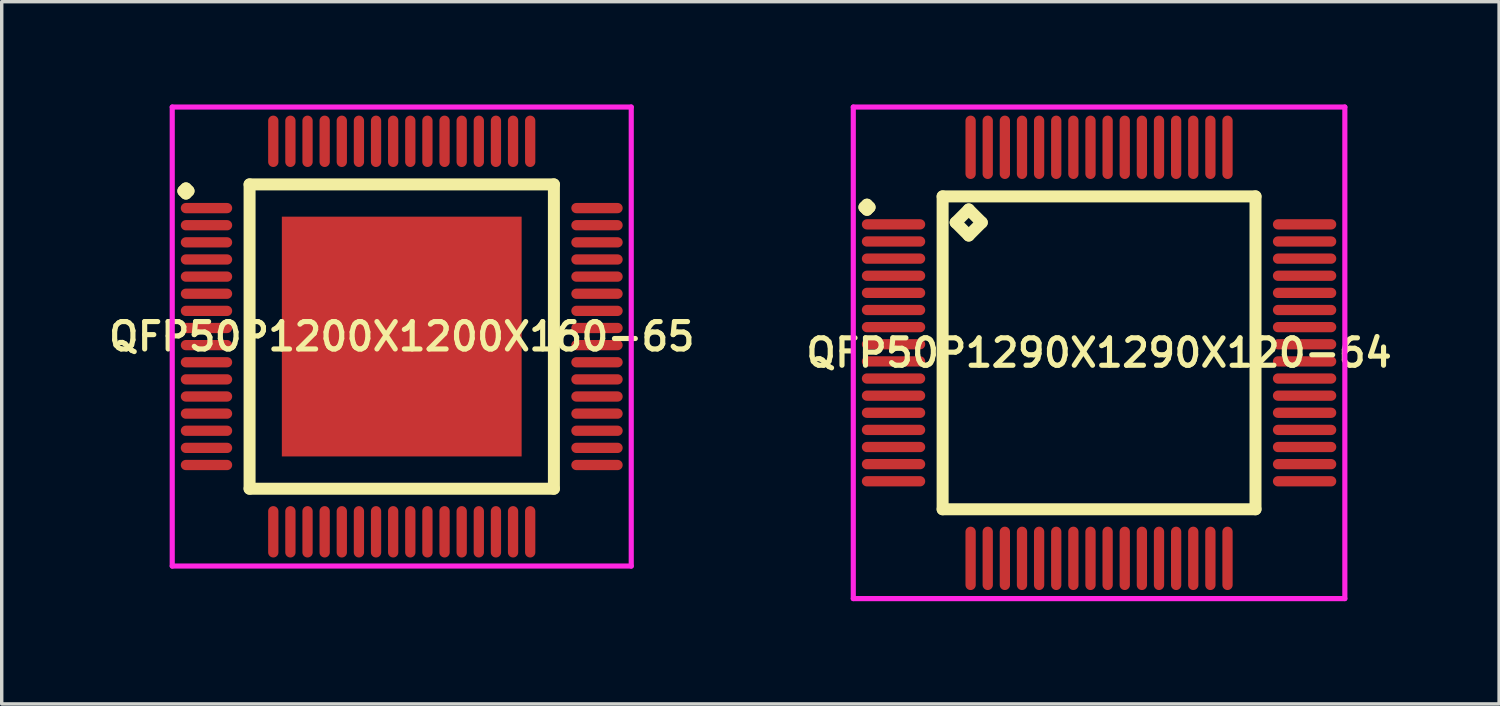
<source format=kicad_pcb>
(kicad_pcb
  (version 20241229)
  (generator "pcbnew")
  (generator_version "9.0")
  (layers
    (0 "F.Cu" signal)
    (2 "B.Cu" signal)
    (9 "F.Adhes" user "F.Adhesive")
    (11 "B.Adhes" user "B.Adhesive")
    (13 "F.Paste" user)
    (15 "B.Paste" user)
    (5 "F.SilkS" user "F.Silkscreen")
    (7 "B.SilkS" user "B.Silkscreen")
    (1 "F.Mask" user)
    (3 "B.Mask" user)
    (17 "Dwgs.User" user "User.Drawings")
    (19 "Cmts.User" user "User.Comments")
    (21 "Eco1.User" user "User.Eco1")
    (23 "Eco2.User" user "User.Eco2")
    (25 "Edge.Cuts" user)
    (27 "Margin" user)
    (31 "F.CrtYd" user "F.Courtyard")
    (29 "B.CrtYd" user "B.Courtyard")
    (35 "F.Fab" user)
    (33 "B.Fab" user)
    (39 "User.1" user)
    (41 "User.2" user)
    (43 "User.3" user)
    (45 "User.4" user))
  (footprint "QFP50P1200X1200X160-65"
    (layer "F.Cu")
    (at 8.678 6.775)
    (property "Reference" "QFP50P1200X1200X160-65" (at 0 0 0) (layer "F.SilkS") (effects (font (size 0.8 0.8) (thickness 0.15))))
    (attr smd)
    (fp_line (start -6.375 -4.25) (end -6.3 -4.325) (stroke (width 0.35) (type solid)) (layer "F.SilkS"))
    (fp_line (start -6.3 -4.325) (end -6.225 -4.25) (stroke (width 0.35) (type solid)) (layer "F.SilkS"))
    (fp_line (start -6.3 -4.175) (end -6.375 -4.25) (stroke (width 0.35) (type solid)) (layer "F.SilkS"))
    (fp_line (start -6.225 -4.25) (end -6.3 -4.175) (stroke (width 0.35) (type solid)) (layer "F.SilkS"))
    (fp_line (start -4.442 -4.442) (end -4.442 4.442) (stroke (width 0.35) (type solid)) (layer "F.SilkS"))
    (fp_line (start -4.442 4.442) (end 4.442 4.442) (stroke (width 0.35) (type solid)) (layer "F.SilkS"))
    (fp_line (start 4.442 -4.442) (end -4.442 -4.442) (stroke (width 0.35) (type solid)) (layer "F.SilkS"))
    (fp_line (start 4.442 4.442) (end 4.442 -4.442) (stroke (width 0.35) (type solid)) (layer "F.SilkS"))
    (fp_line (start -6.7 -6.7) (end 6.7 -6.7) (stroke (width 0.15) (type solid)) (layer "F.CrtYd"))
    (fp_line (start -6.7 6.7) (end -6.7 -6.7) (stroke (width 0.15) (type solid)) (layer "F.CrtYd"))
    (fp_line (start 6.7 -6.7) (end 6.7 6.7) (stroke (width 0.15) (type solid)) (layer "F.CrtYd"))
    (fp_line (start 6.7 6.7) (end -6.7 6.7) (stroke (width 0.15) (type solid)) (layer "F.CrtYd"))
    (pad "1" smd oval (at -5.7 -3.75) (size 1.5 0.3) (layers "F.Cu" "F.Mask" "F.Paste"))
    (pad "2" smd oval (at -5.7 -3.25) (size 1.5 0.3) (layers "F.Cu" "F.Mask" "F.Paste"))
    (pad "3" smd oval (at -5.7 -2.75) (size 1.5 0.3) (layers "F.Cu" "F.Mask" "F.Paste"))
    (pad "4" smd oval (at -5.7 -2.25) (size 1.5 0.3) (layers "F.Cu" "F.Mask" "F.Paste"))
    (pad "5" smd oval (at -5.7 -1.75) (size 1.5 0.3) (layers "F.Cu" "F.Mask" "F.Paste"))
    (pad "6" smd oval (at -5.7 -1.25) (size 1.5 0.3) (layers "F.Cu" "F.Mask" "F.Paste"))
    (pad "7" smd oval (at -5.7 -0.75) (size 1.5 0.3) (layers "F.Cu" "F.Mask" "F.Paste"))
    (pad "8" smd oval (at -5.7 -0.25) (size 1.5 0.3) (layers "F.Cu" "F.Mask" "F.Paste"))
    (pad "9" smd oval (at -5.7 0.25) (size 1.5 0.3) (layers "F.Cu" "F.Mask" "F.Paste"))
    (pad "10" smd oval (at -5.7 0.75) (size 1.5 0.3) (layers "F.Cu" "F.Mask" "F.Paste"))
    (pad "11" smd oval (at -5.7 1.25) (size 1.5 0.3) (layers "F.Cu" "F.Mask" "F.Paste"))
    (pad "12" smd oval (at -5.7 1.75) (size 1.5 0.3) (layers "F.Cu" "F.Mask" "F.Paste"))
    (pad "13" smd oval (at -5.7 2.25) (size 1.5 0.3) (layers "F.Cu" "F.Mask" "F.Paste"))
    (pad "14" smd oval (at -5.7 2.75) (size 1.5 0.3) (layers "F.Cu" "F.Mask" "F.Paste"))
    (pad "15" smd oval (at -5.7 3.25) (size 1.5 0.3) (layers "F.Cu" "F.Mask" "F.Paste"))
    (pad "16" smd oval (at -5.7 3.75) (size 1.5 0.3) (layers "F.Cu" "F.Mask" "F.Paste"))
    (pad "17" smd oval (at -3.75 5.7) (size 0.3 1.5) (layers "F.Cu" "F.Mask" "F.Paste"))
    (pad "18" smd oval (at -3.25 5.7) (size 0.3 1.5) (layers "F.Cu" "F.Mask" "F.Paste"))
    (pad "19" smd oval (at -2.75 5.7) (size 0.3 1.5) (layers "F.Cu" "F.Mask" "F.Paste"))
    (pad "20" smd oval (at -2.25 5.7) (size 0.3 1.5) (layers "F.Cu" "F.Mask" "F.Paste"))
    (pad "21" smd oval (at -1.75 5.7) (size 0.3 1.5) (layers "F.Cu" "F.Mask" "F.Paste"))
    (pad "22" smd oval (at -1.25 5.7) (size 0.3 1.5) (layers "F.Cu" "F.Mask" "F.Paste"))
    (pad "23" smd oval (at -0.75 5.7) (size 0.3 1.5) (layers "F.Cu" "F.Mask" "F.Paste"))
    (pad "24" smd oval (at -0.25 5.7) (size 0.3 1.5) (layers "F.Cu" "F.Mask" "F.Paste"))
    (pad "25" smd oval (at 0.25 5.7) (size 0.3 1.5) (layers "F.Cu" "F.Mask" "F.Paste"))
    (pad "26" smd oval (at 0.75 5.7) (size 0.3 1.5) (layers "F.Cu" "F.Mask" "F.Paste"))
    (pad "27" smd oval (at 1.25 5.7) (size 0.3 1.5) (layers "F.Cu" "F.Mask" "F.Paste"))
    (pad "28" smd oval (at 1.75 5.7) (size 0.3 1.5) (layers "F.Cu" "F.Mask" "F.Paste"))
    (pad "29" smd oval (at 2.25 5.7) (size 0.3 1.5) (layers "F.Cu" "F.Mask" "F.Paste"))
    (pad "30" smd oval (at 2.75 5.7) (size 0.3 1.5) (layers "F.Cu" "F.Mask" "F.Paste"))
    (pad "31" smd oval (at 3.25 5.7) (size 0.3 1.5) (layers "F.Cu" "F.Mask" "F.Paste"))
    (pad "32" smd oval (at 3.75 5.7) (size 0.3 1.5) (layers "F.Cu" "F.Mask" "F.Paste"))
    (pad "33" smd oval (at 5.7 3.75) (size 1.5 0.3) (layers "F.Cu" "F.Mask" "F.Paste"))
    (pad "34" smd oval (at 5.7 3.25) (size 1.5 0.3) (layers "F.Cu" "F.Mask" "F.Paste"))
    (pad "35" smd oval (at 5.7 2.75) (size 1.5 0.3) (layers "F.Cu" "F.Mask" "F.Paste"))
    (pad "36" smd oval (at 5.7 2.25) (size 1.5 0.3) (layers "F.Cu" "F.Mask" "F.Paste"))
    (pad "37" smd oval (at 5.7 1.75) (size 1.5 0.3) (layers "F.Cu" "F.Mask" "F.Paste"))
    (pad "38" smd oval (at 5.7 1.25) (size 1.5 0.3) (layers "F.Cu" "F.Mask" "F.Paste"))
    (pad "39" smd oval (at 5.7 0.75) (size 1.5 0.3) (layers "F.Cu" "F.Mask" "F.Paste"))
    (pad "40" smd oval (at 5.7 0.25) (size 1.5 0.3) (layers "F.Cu" "F.Mask" "F.Paste"))
    (pad "41" smd oval (at 5.7 -0.25) (size 1.5 0.3) (layers "F.Cu" "F.Mask" "F.Paste"))
    (pad "42" smd oval (at 5.7 -0.75) (size 1.5 0.3) (layers "F.Cu" "F.Mask" "F.Paste"))
    (pad "43" smd oval (at 5.7 -1.25) (size 1.5 0.3) (layers "F.Cu" "F.Mask" "F.Paste"))
    (pad "44" smd oval (at 5.7 -1.75) (size 1.5 0.3) (layers "F.Cu" "F.Mask" "F.Paste"))
    (pad "45" smd oval (at 5.7 -2.25) (size 1.5 0.3) (layers "F.Cu" "F.Mask" "F.Paste"))
    (pad "46" smd oval (at 5.7 -2.75) (size 1.5 0.3) (layers "F.Cu" "F.Mask" "F.Paste"))
    (pad "47" smd oval (at 5.7 -3.25) (size 1.5 0.3) (layers "F.Cu" "F.Mask" "F.Paste"))
    (pad "48" smd oval (at 5.7 -3.75) (size 1.5 0.3) (layers "F.Cu" "F.Mask" "F.Paste"))
    (pad "49" smd oval (at 3.75 -5.7) (size 0.3 1.5) (layers "F.Cu" "F.Mask" "F.Paste"))
    (pad "50" smd oval (at 3.25 -5.7) (size 0.3 1.5) (layers "F.Cu" "F.Mask" "F.Paste"))
    (pad "51" smd oval (at 2.75 -5.7) (size 0.3 1.5) (layers "F.Cu" "F.Mask" "F.Paste"))
    (pad "52" smd oval (at 2.25 -5.7) (size 0.3 1.5) (layers "F.Cu" "F.Mask" "F.Paste"))
    (pad "53" smd oval (at 1.75 -5.7) (size 0.3 1.5) (layers "F.Cu" "F.Mask" "F.Paste"))
    (pad "54" smd oval (at 1.25 -5.7) (size 0.3 1.5) (layers "F.Cu" "F.Mask" "F.Paste"))
    (pad "55" smd oval (at 0.75 -5.7) (size 0.3 1.5) (layers "F.Cu" "F.Mask" "F.Paste"))
    (pad "56" smd oval (at 0.25 -5.7) (size 0.3 1.5) (layers "F.Cu" "F.Mask" "F.Paste"))
    (pad "57" smd oval (at -0.25 -5.7) (size 0.3 1.5) (layers "F.Cu" "F.Mask" "F.Paste"))
    (pad "58" smd oval (at -0.75 -5.7) (size 0.3 1.5) (layers "F.Cu" "F.Mask" "F.Paste"))
    (pad "59" smd oval (at -1.25 -5.7) (size 0.3 1.5) (layers "F.Cu" "F.Mask" "F.Paste"))
    (pad "60" smd oval (at -1.75 -5.7) (size 0.3 1.5) (layers "F.Cu" "F.Mask" "F.Paste"))
    (pad "61" smd oval (at -2.25 -5.7) (size 0.3 1.5) (layers "F.Cu" "F.Mask" "F.Paste"))
    (pad "62" smd oval (at -2.75 -5.7) (size 0.3 1.5) (layers "F.Cu" "F.Mask" "F.Paste"))
    (pad "63" smd oval (at -3.25 -5.7) (size 0.3 1.5) (layers "F.Cu" "F.Mask" "F.Paste"))
    (pad "64" smd oval (at -3.75 -5.7) (size 0.3 1.5) (layers "F.Cu" "F.Mask" "F.Paste"))
    (pad "65" smd rect (at 0 0) (size 7 7) (layers "F.Cu" "F.Mask" "F.Paste")))
  (footprint "QFP50P1290X1290X120-64"
    (layer "F.Cu")
    (at 29.035 7.25)
    (property "Reference" "QFP50P1290X1290X120-64" (at 0 0 0) (layer "F.SilkS") (effects (font (size 0.8 0.8) (thickness 0.15))))
    (attr smd)
    (fp_line (start -6.85 -4.25) (end -6.775 -4.325) (stroke (width 0.35) (type solid)) (layer "F.SilkS"))
    (fp_line (start -6.775 -4.325) (end -6.7 -4.25) (stroke (width 0.35) (type solid)) (layer "F.SilkS"))
    (fp_line (start -6.775 -4.175) (end -6.85 -4.25) (stroke (width 0.35) (type solid)) (layer "F.SilkS"))
    (fp_line (start -6.7 -4.25) (end -6.775 -4.175) (stroke (width 0.35) (type solid)) (layer "F.SilkS"))
    (fp_line (start -4.567 -4.567) (end -4.567 4.567) (stroke (width 0.35) (type solid)) (layer "F.SilkS"))
    (fp_line (start -4.567 4.567) (end 4.567 4.567) (stroke (width 0.35) (type solid)) (layer "F.SilkS"))
    (fp_line (start -4.186 -3.805) (end -3.805 -4.186) (stroke (width 0.35) (type solid)) (layer "F.SilkS"))
    (fp_line (start -3.805 -4.186) (end -3.424 -3.805) (stroke (width 0.35) (type solid)) (layer "F.SilkS"))
    (fp_line (start -3.805 -3.424) (end -4.186 -3.805) (stroke (width 0.35) (type solid)) (layer "F.SilkS"))
    (fp_line (start -3.424 -3.805) (end -3.805 -3.424) (stroke (width 0.35) (type solid)) (layer "F.SilkS"))
    (fp_line (start 4.567 -4.567) (end -4.567 -4.567) (stroke (width 0.35) (type solid)) (layer "F.SilkS"))
    (fp_line (start 4.567 4.567) (end 4.567 -4.567) (stroke (width 0.35) (type solid)) (layer "F.SilkS"))
    (fp_line (start -7.175 -7.175) (end 7.175 -7.175) (stroke (width 0.15) (type solid)) (layer "F.CrtYd"))
    (fp_line (start -7.175 7.175) (end -7.175 -7.175) (stroke (width 0.15) (type solid)) (layer "F.CrtYd"))
    (fp_line (start 7.175 -7.175) (end 7.175 7.175) (stroke (width 0.15) (type solid)) (layer "F.CrtYd"))
    (fp_line (start 7.175 7.175) (end -7.175 7.175) (stroke (width 0.15) (type solid)) (layer "F.CrtYd"))
    (pad "1" smd oval (at -6 -3.75) (size 1.85 0.3) (layers "F.Cu" "F.Mask" "F.Paste"))
    (pad "2" smd oval (at -6 -3.25) (size 1.85 0.3) (layers "F.Cu" "F.Mask" "F.Paste"))
    (pad "3" smd oval (at -6 -2.75) (size 1.85 0.3) (layers "F.Cu" "F.Mask" "F.Paste"))
    (pad "4" smd oval (at -6 -2.25) (size 1.85 0.3) (layers "F.Cu" "F.Mask" "F.Paste"))
    (pad "5" smd oval (at -6 -1.75) (size 1.85 0.3) (layers "F.Cu" "F.Mask" "F.Paste"))
    (pad "6" smd oval (at -6 -1.25) (size 1.85 0.3) (layers "F.Cu" "F.Mask" "F.Paste"))
    (pad "7" smd oval (at -6 -0.75) (size 1.85 0.3) (layers "F.Cu" "F.Mask" "F.Paste"))
    (pad "8" smd oval (at -6 -0.25) (size 1.85 0.3) (layers "F.Cu" "F.Mask" "F.Paste"))
    (pad "9" smd oval (at -6 0.25) (size 1.85 0.3) (layers "F.Cu" "F.Mask" "F.Paste"))
    (pad "10" smd oval (at -6 0.75) (size 1.85 0.3) (layers "F.Cu" "F.Mask" "F.Paste"))
    (pad "11" smd oval (at -6 1.25) (size 1.85 0.3) (layers "F.Cu" "F.Mask" "F.Paste"))
    (pad "12" smd oval (at -6 1.75) (size 1.85 0.3) (layers "F.Cu" "F.Mask" "F.Paste"))
    (pad "13" smd oval (at -6 2.25) (size 1.85 0.3) (layers "F.Cu" "F.Mask" "F.Paste"))
    (pad "14" smd oval (at -6 2.75) (size 1.85 0.3) (layers "F.Cu" "F.Mask" "F.Paste"))
    (pad "15" smd oval (at -6 3.25) (size 1.85 0.3) (layers "F.Cu" "F.Mask" "F.Paste"))
    (pad "16" smd oval (at -6 3.75) (size 1.85 0.3) (layers "F.Cu" "F.Mask" "F.Paste"))
    (pad "17" smd oval (at -3.75 6) (size 0.3 1.85) (layers "F.Cu" "F.Mask" "F.Paste"))
    (pad "18" smd oval (at -3.25 6) (size 0.3 1.85) (layers "F.Cu" "F.Mask" "F.Paste"))
    (pad "19" smd oval (at -2.75 6) (size 0.3 1.85) (layers "F.Cu" "F.Mask" "F.Paste"))
    (pad "20" smd oval (at -2.25 6) (size 0.3 1.85) (layers "F.Cu" "F.Mask" "F.Paste"))
    (pad "21" smd oval (at -1.75 6) (size 0.3 1.85) (layers "F.Cu" "F.Mask" "F.Paste"))
    (pad "22" smd oval (at -1.25 6) (size 0.3 1.85) (layers "F.Cu" "F.Mask" "F.Paste"))
    (pad "23" smd oval (at -0.75 6) (size 0.3 1.85) (layers "F.Cu" "F.Mask" "F.Paste"))
    (pad "24" smd oval (at -0.25 6) (size 0.3 1.85) (layers "F.Cu" "F.Mask" "F.Paste"))
    (pad "25" smd oval (at 0.25 6) (size 0.3 1.85) (layers "F.Cu" "F.Mask" "F.Paste"))
    (pad "26" smd oval (at 0.75 6) (size 0.3 1.85) (layers "F.Cu" "F.Mask" "F.Paste"))
    (pad "27" smd oval (at 1.25 6) (size 0.3 1.85) (layers "F.Cu" "F.Mask" "F.Paste"))
    (pad "28" smd oval (at 1.75 6) (size 0.3 1.85) (layers "F.Cu" "F.Mask" "F.Paste"))
    (pad "29" smd oval (at 2.25 6) (size 0.3 1.85) (layers "F.Cu" "F.Mask" "F.Paste"))
    (pad "30" smd oval (at 2.75 6) (size 0.3 1.85) (layers "F.Cu" "F.Mask" "F.Paste"))
    (pad "31" smd oval (at 3.25 6) (size 0.3 1.85) (layers "F.Cu" "F.Mask" "F.Paste"))
    (pad "32" smd oval (at 3.75 6) (size 0.3 1.85) (layers "F.Cu" "F.Mask" "F.Paste"))
    (pad "33" smd oval (at 6 3.75) (size 1.85 0.3) (layers "F.Cu" "F.Mask" "F.Paste"))
    (pad "34" smd oval (at 6 3.25) (size 1.85 0.3) (layers "F.Cu" "F.Mask" "F.Paste"))
    (pad "35" smd oval (at 6 2.75) (size 1.85 0.3) (layers "F.Cu" "F.Mask" "F.Paste"))
    (pad "36" smd oval (at 6 2.25) (size 1.85 0.3) (layers "F.Cu" "F.Mask" "F.Paste"))
    (pad "37" smd oval (at 6 1.75) (size 1.85 0.3) (layers "F.Cu" "F.Mask" "F.Paste"))
    (pad "38" smd oval (at 6 1.25) (size 1.85 0.3) (layers "F.Cu" "F.Mask" "F.Paste"))
    (pad "39" smd oval (at 6 0.75) (size 1.85 0.3) (layers "F.Cu" "F.Mask" "F.Paste"))
    (pad "40" smd oval (at 6 0.25) (size 1.85 0.3) (layers "F.Cu" "F.Mask" "F.Paste"))
    (pad "41" smd oval (at 6 -0.25) (size 1.85 0.3) (layers "F.Cu" "F.Mask" "F.Paste"))
    (pad "42" smd oval (at 6 -0.75) (size 1.85 0.3) (layers "F.Cu" "F.Mask" "F.Paste"))
    (pad "43" smd oval (at 6 -1.25) (size 1.85 0.3) (layers "F.Cu" "F.Mask" "F.Paste"))
    (pad "44" smd oval (at 6 -1.75) (size 1.85 0.3) (layers "F.Cu" "F.Mask" "F.Paste"))
    (pad "45" smd oval (at 6 -2.25) (size 1.85 0.3) (layers "F.Cu" "F.Mask" "F.Paste"))
    (pad "46" smd oval (at 6 -2.75) (size 1.85 0.3) (layers "F.Cu" "F.Mask" "F.Paste"))
    (pad "47" smd oval (at 6 -3.25) (size 1.85 0.3) (layers "F.Cu" "F.Mask" "F.Paste"))
    (pad "48" smd oval (at 6 -3.75) (size 1.85 0.3) (layers "F.Cu" "F.Mask" "F.Paste"))
    (pad "49" smd oval (at 3.75 -6) (size 0.3 1.85) (layers "F.Cu" "F.Mask" "F.Paste"))
    (pad "50" smd oval (at 3.25 -6) (size 0.3 1.85) (layers "F.Cu" "F.Mask" "F.Paste"))
    (pad "51" smd oval (at 2.75 -6) (size 0.3 1.85) (layers "F.Cu" "F.Mask" "F.Paste"))
    (pad "52" smd oval (at 2.25 -6) (size 0.3 1.85) (layers "F.Cu" "F.Mask" "F.Paste"))
    (pad "53" smd oval (at 1.75 -6) (size 0.3 1.85) (layers "F.Cu" "F.Mask" "F.Paste"))
    (pad "54" smd oval (at 1.25 -6) (size 0.3 1.85) (layers "F.Cu" "F.Mask" "F.Paste"))
    (pad "55" smd oval (at 0.75 -6) (size 0.3 1.85) (layers "F.Cu" "F.Mask" "F.Paste"))
    (pad "56" smd oval (at 0.25 -6) (size 0.3 1.85) (layers "F.Cu" "F.Mask" "F.Paste"))
    (pad "57" smd oval (at -0.25 -6) (size 0.3 1.85) (layers "F.Cu" "F.Mask" "F.Paste"))
    (pad "58" smd oval (at -0.75 -6) (size 0.3 1.85) (layers "F.Cu" "F.Mask" "F.Paste"))
    (pad "59" smd oval (at -1.25 -6) (size 0.3 1.85) (layers "F.Cu" "F.Mask" "F.Paste"))
    (pad "60" smd oval (at -1.75 -6) (size 0.3 1.85) (layers "F.Cu" "F.Mask" "F.Paste"))
    (pad "61" smd oval (at -2.25 -6) (size 0.3 1.85) (layers "F.Cu" "F.Mask" "F.Paste"))
    (pad "62" smd oval (at -2.75 -6) (size 0.3 1.85) (layers "F.Cu" "F.Mask" "F.Paste"))
    (pad "63" smd oval (at -3.25 -6) (size 0.3 1.85) (layers "F.Cu" "F.Mask" "F.Paste"))
    (pad "64" smd oval (at -3.75 -6) (size 0.3 1.85) (layers "F.Cu" "F.Mask" "F.Paste")))
  (gr_rect
    (start -3 -3)
    (end 40.713 17.5)
    (stroke (width 0.1) (type default))
    (fill no)
    (layer "Edge.Cuts")))
</source>
